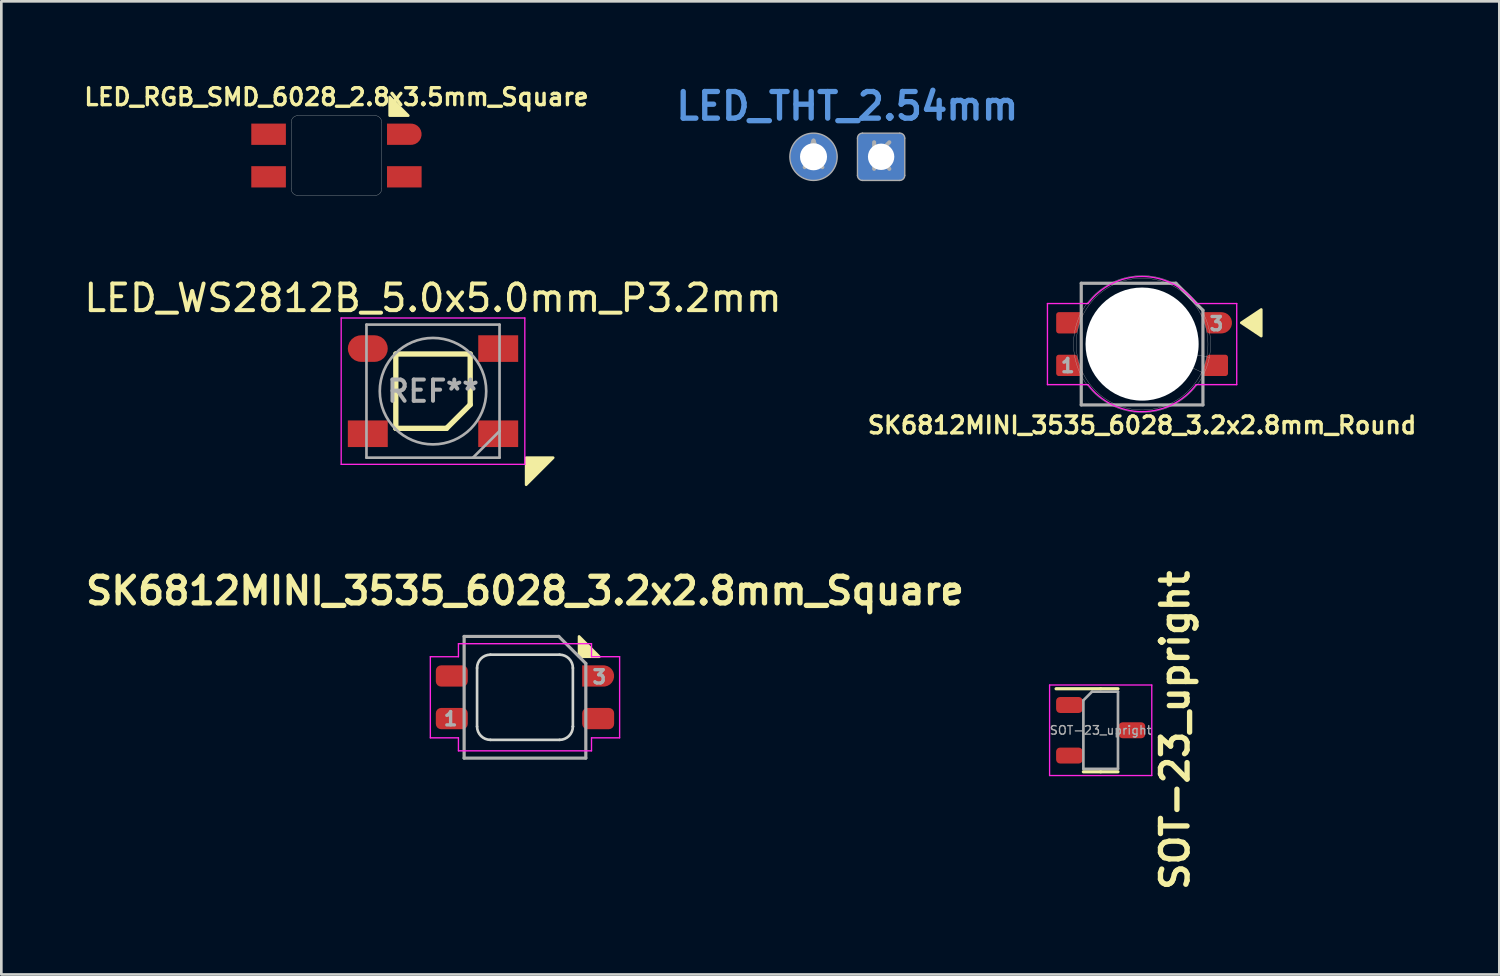
<source format=kicad_pcb>
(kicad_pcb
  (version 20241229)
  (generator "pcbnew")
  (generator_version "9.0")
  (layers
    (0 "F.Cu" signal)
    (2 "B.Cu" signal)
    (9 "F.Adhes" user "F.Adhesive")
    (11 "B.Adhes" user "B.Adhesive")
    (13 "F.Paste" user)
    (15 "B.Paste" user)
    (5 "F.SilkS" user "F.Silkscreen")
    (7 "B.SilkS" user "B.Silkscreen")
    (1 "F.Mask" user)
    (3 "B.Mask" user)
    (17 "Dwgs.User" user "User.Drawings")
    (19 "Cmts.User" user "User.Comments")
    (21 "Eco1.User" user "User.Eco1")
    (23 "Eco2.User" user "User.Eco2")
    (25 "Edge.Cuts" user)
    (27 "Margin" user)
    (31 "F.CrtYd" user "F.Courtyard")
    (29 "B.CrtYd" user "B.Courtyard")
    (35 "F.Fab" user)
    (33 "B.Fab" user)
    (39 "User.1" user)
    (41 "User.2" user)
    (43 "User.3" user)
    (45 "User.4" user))
  (footprint "LED_WS2812B_5.0x5.0mm_P3.2mm"
    (layer "F.Cu")
    (at 13.22 11.648)
    (property "Reference" "LED_WS2812B_5.0x5.0mm_P3.2mm" (at 0 -3.5 0) (layer "F.SilkS") (effects (font (size 1 1) (thickness 0.15))))
    (attr smd)
    (fp_line (start -1.397 -1.397) (end 1.397 -1.397) (stroke (width 0.2) (type solid)) (layer "F.SilkS"))
    (fp_line (start -1.397 1.397) (end -1.397 -1.397) (stroke (width 0.2) (type solid)) (layer "F.SilkS"))
    (fp_line (start 0.508 1.397) (end -1.397 1.397) (stroke (width 0.2) (type solid)) (layer "F.SilkS"))
    (fp_line (start 0.508 1.397) (end 1.397 0.508) (stroke (width 0.2) (type solid)) (layer "F.SilkS"))
    (fp_line (start 1.397 -1.397) (end 1.397 0.508) (stroke (width 0.2) (type solid)) (layer "F.SilkS"))
    (fp_poly (pts (xy 4.516 2.5) (xy 3.5 2.5) (xy 3.5 3.516)) (stroke (width 0.1) (type solid)) (fill yes) (layer "F.SilkS"))
    (fp_line (start -3.45 -2.75) (end -3.45 2.75) (stroke (width 0.05) (type solid)) (layer "F.CrtYd"))
    (fp_line (start -3.45 2.75) (end 3.45 2.75) (stroke (width 0.05) (type solid)) (layer "F.CrtYd"))
    (fp_line (start 3.45 -2.75) (end -3.45 -2.75) (stroke (width 0.05) (type solid)) (layer "F.CrtYd"))
    (fp_line (start 3.45 2.75) (end 3.45 -2.75) (stroke (width 0.05) (type solid)) (layer "F.CrtYd"))
    (fp_line (start -2.5 -2.5) (end -2.5 2.5) (stroke (width 0.1) (type solid)) (layer "F.Fab"))
    (fp_line (start -2.5 2.5) (end 2.5 2.5) (stroke (width 0.1) (type solid)) (layer "F.Fab"))
    (fp_line (start 2.5 -2.5) (end -2.5 -2.5) (stroke (width 0.1) (type solid)) (layer "F.Fab"))
    (fp_line (start 2.5 1.5) (end 1.5 2.5) (stroke (width 0.1) (type solid)) (layer "F.Fab"))
    (fp_line (start 2.5 2.5) (end 2.5 -2.5) (stroke (width 0.1) (type solid)) (layer "F.Fab"))
    (fp_circle (center 0 0) (end 0 -2) (stroke (width 0.1) (type solid)) (fill no) (layer "F.Fab"))
    (fp_text user "REF**" (at 0 0 0) (layer "F.Fab") (effects (font (size 0.8 0.8) (thickness 0.15))))
    (pad "1" smd roundrect (at -2.45 -1.6) (size 1.5 1) (layers "F.Cu" "F.Mask" "F.Paste") (roundrect_rratio 0.5))
    (pad "2" smd trapezoid (at -2.45 1.6) (size 1.5 1) (layers "F.Cu" "F.Mask" "F.Paste"))
    (pad "3" smd trapezoid (at 2.45 1.6) (size 1.5 1) (layers "F.Cu" "F.Mask" "F.Paste"))
    (pad "4" smd trapezoid (at 2.45 -1.6) (size 1.5 1) (layers "F.Cu" "F.Mask" "F.Paste")))
  (footprint "SK6812MINI_3535_6028_3.2x2.8mm_Square"
    (layer "F.Cu")
    (at 16.676 23.15)
    (property "Reference" "SK6812MINI_3535_6028_3.2x2.8mm_Square" (at 0 -4 0) (layer "F.SilkS") (effects (font (size 1 1) (thickness 0.2))))
    (attr smd)
    (fp_poly (pts (xy 2.794 -1.524) (xy 2.032 -1.524) (xy 2.032 -2.286)) (stroke (width 0.1) (type solid)) (fill yes) (layer "F.SilkS"))
    (fp_line (start -1.8 1.1) (end -1.8 -1.1) (stroke (width 0.1) (type solid)) (layer "Edge.Cuts"))
    (fp_line (start -1.3 1.6) (end 1.3 1.6) (stroke (width 0.1) (type solid)) (layer "Edge.Cuts"))
    (fp_line (start 1.3 -1.6) (end -1.3 -1.6) (stroke (width 0.1) (type solid)) (layer "Edge.Cuts"))
    (fp_line (start 1.8 -1.1) (end 1.8 1.1) (stroke (width 0.1) (type solid)) (layer "Edge.Cuts"))
    (fp_line (start 1.8 1.1) (end 1.8 1.1) (stroke (width 0.1) (type solid)) (layer "Edge.Cuts"))
    (fp_arc (start -1.8 -1.1) (mid -1.653553 -1.453553) (end -1.3 -1.6) (stroke (width 0.1) (type solid)) (layer "Edge.Cuts"))
    (fp_arc (start -1.3 1.6) (mid -1.653553 1.453553) (end -1.8 1.1) (stroke (width 0.1) (type solid)) (layer "Edge.Cuts"))
    (fp_arc (start 1.3 -1.6) (mid 1.653553 -1.453553) (end 1.8 -1.1) (stroke (width 0.1) (type solid)) (layer "Edge.Cuts"))
    (fp_arc (start 1.8 1.1) (mid 1.653553 1.453553) (end 1.3 1.6) (stroke (width 0.1) (type solid)) (layer "Edge.Cuts"))
    (fp_line (start -3.556 -1.524) (end -3.556 1.524) (stroke (width 0.051) (type solid)) (layer "F.CrtYd"))
    (fp_line (start -3.556 1.524) (end -2.5 1.524) (stroke (width 0.051) (type solid)) (layer "F.CrtYd"))
    (fp_line (start -2.5 -2.013) (end 2.5 -2.013) (stroke (width 0.051) (type solid)) (layer "F.CrtYd"))
    (fp_line (start -2.5 -1.523) (end -3.556 -1.524) (stroke (width 0.051) (type solid)) (layer "F.CrtYd"))
    (fp_line (start -2.5 -1.523) (end -2.5 -2.013) (stroke (width 0.051) (type solid)) (layer "F.CrtYd"))
    (fp_line (start -2.5 2.013) (end -2.5 1.524) (stroke (width 0.051) (type solid)) (layer "F.CrtYd"))
    (fp_line (start -2.5 2.013) (end 2.5 2.013) (stroke (width 0.051) (type solid)) (layer "F.CrtYd"))
    (fp_line (start 2.5 -1.524) (end 2.5 -2.013) (stroke (width 0.051) (type solid)) (layer "F.CrtYd"))
    (fp_line (start 2.5 1.524) (end 3.556 1.524) (stroke (width 0.051) (type solid)) (layer "F.CrtYd"))
    (fp_line (start 2.5 2.013) (end 2.5 1.524) (stroke (width 0.051) (type solid)) (layer "F.CrtYd"))
    (fp_line (start 3.556 -1.524) (end 2.5 -1.524) (stroke (width 0.051) (type solid)) (layer "F.CrtYd"))
    (fp_line (start 3.556 1.524) (end 3.556 -1.524) (stroke (width 0.051) (type solid)) (layer "F.CrtYd"))
    (fp_line (start -2.286 -2.286) (end 1.27 -2.286) (stroke (width 0.12) (type solid)) (layer "F.Fab"))
    (fp_line (start -2.286 2.286) (end -2.286 -2.286) (stroke (width 0.12) (type solid)) (layer "F.Fab"))
    (fp_line (start 1.27 -2.286) (end 2.286 -1.27) (stroke (width 0.12) (type solid)) (layer "F.Fab"))
    (fp_line (start 2.286 -1.27) (end 2.286 2.286) (stroke (width 0.12) (type solid)) (layer "F.Fab"))
    (fp_line (start 2.286 2.286) (end -2.286 2.286) (stroke (width 0.12) (type solid)) (layer "F.Fab"))
    (fp_text user "3" (at 2.794 -0.762 180) (layer "F.Fab") (effects (font (size 0.5 0.5) (thickness 0.125))))
    (fp_text user "1" (at -2.794 0.813 180) (layer "F.Fab") (effects (font (size 0.5 0.5) (thickness 0.125))))
    (pad "1" smd roundrect (at -2.75 0.8) (size 1.2 0.8) (layers "F.Cu" "F.Mask" "F.Paste") (roundrect_rratio 0.25))
    (pad "2" smd roundrect (at -2.75 -0.8) (size 1.2 0.8) (layers "F.Cu" "F.Mask" "F.Paste") (roundrect_rratio 0.25))
    (pad "3" smd custom (at 2.55 -0.8 180) (size 0.8 0.8) (layers "F.Cu" "F.Mask" "F.Paste") (options (anchor rect)) (primitives (gr_circle (center -0.4 0) (end -0.1 0) (width 0.2) (fill yes))))
    (pad "4" smd roundrect (at 2.75 0.8) (size 1.2 0.8) (layers "F.Cu" "F.Mask" "F.Paste") (roundrect_rratio 0.25)))
  (footprint "LED_THT_2.54mm"
    (layer "F.Cu")
    (at 28.788 2.841)
    (property "Reference" "LED_THT_2.54mm" (at 0 -1.905 0) (layer "Cmts.User") (effects (font (size 1 1) (thickness 0.2))))
    (attr through_hole)
    (fp_line (start 0.381 -0.699) (end 0.381 0.699) (stroke (width 0.051) (type solid)) (layer "F.Fab"))
    (fp_line (start 0.572 0.889) (end 1.968 0.889) (stroke (width 0.051) (type solid)) (layer "F.Fab"))
    (fp_line (start 1.968 -0.889) (end 0.572 -0.889) (stroke (width 0.051) (type solid)) (layer "F.Fab"))
    (fp_line (start 2.159 0.699) (end 2.159 -0.699) (stroke (width 0.051) (type solid)) (layer "F.Fab"))
    (fp_arc (start 0.381 -0.6985) (mid 0.436796 -0.833204) (end 0.5715 -0.889) (stroke (width 0.0508) (type solid)) (layer "F.Fab"))
    (fp_arc (start 0.5715 0.889) (mid 0.436796 0.833204) (end 0.381 0.6985) (stroke (width 0.0508) (type solid)) (layer "F.Fab"))
    (fp_arc (start 1.9685 -0.889) (mid 2.103204 -0.833204) (end 2.159 -0.6985) (stroke (width 0.0508) (type solid)) (layer "F.Fab"))
    (fp_arc (start 2.159 0.6985) (mid 2.103204 0.833204) (end 1.9685 0.889) (stroke (width 0.0508) (type solid)) (layer "F.Fab"))
    (fp_circle (center -1.27 0) (end -0.381 0) (stroke (width 0.051) (type solid)) (fill no) (layer "F.Fab"))
    (fp_text user "A" (at -1.27 -0.064 0) (layer "F.Fab") (effects (font (size 1 1) (thickness 0.15))))
    (fp_text user "K" (at 1.27 0 0) (layer "F.Fab") (effects (font (size 1 1) (thickness 0.15))))
    (pad "" connect circle (at -1.27 0) (size 0.889 0.889) (layers "B.Mask"))
    (pad "" connect circle (at 1.27 0) (size 0.889 0.889) (layers "B.Mask"))
    (pad "A" thru_hole circle (at -1.27 0) (size 1.778 1.778) (drill 1.016) (layers "*.Cu" "F.Mask"))
    (pad "K" thru_hole roundrect (at 1.27 0) (size 1.778 1.778) (drill 0.991) (layers "*.Cu" "F.Mask") (roundrect_rratio 0.1)))
  (footprint "SOT-23_upright"
    (layer "F.Cu")
    (at 38.308 24.39)
    (property "Reference" "SOT-23_upright" (at 2.794 0 270) (layer "F.SilkS") (effects (font (size 1 1) (thickness 0.2) (bold yes))))
    (attr smd)
    (fp_line (start 0 -1.56) (end -1.675 -1.56) (stroke (width 0.12) (type solid)) (layer "F.SilkS"))
    (fp_line (start 0 -1.56) (end 0.65 -1.56) (stroke (width 0.12) (type solid)) (layer "F.SilkS"))
    (fp_line (start 0 1.56) (end -0.65 1.56) (stroke (width 0.12) (type solid)) (layer "F.SilkS"))
    (fp_line (start 0 1.56) (end 0.65 1.56) (stroke (width 0.12) (type solid)) (layer "F.SilkS"))
    (fp_line (start -1.92 -1.7) (end -1.92 1.7) (stroke (width 0.05) (type solid)) (layer "F.CrtYd"))
    (fp_line (start -1.92 1.7) (end 1.92 1.7) (stroke (width 0.05) (type solid)) (layer "F.CrtYd"))
    (fp_line (start 1.92 -1.7) (end -1.92 -1.7) (stroke (width 0.05) (type solid)) (layer "F.CrtYd"))
    (fp_line (start 1.92 1.7) (end 1.92 -1.7) (stroke (width 0.05) (type solid)) (layer "F.CrtYd"))
    (fp_line (start -0.65 -1.125) (end -0.325 -1.45) (stroke (width 0.1) (type solid)) (layer "F.Fab"))
    (fp_line (start -0.65 1.45) (end -0.65 -1.125) (stroke (width 0.1) (type solid)) (layer "F.Fab"))
    (fp_line (start -0.325 -1.45) (end 0.65 -1.45) (stroke (width 0.1) (type solid)) (layer "F.Fab"))
    (fp_line (start 0.65 -1.45) (end 0.65 1.45) (stroke (width 0.1) (type solid)) (layer "F.Fab"))
    (fp_line (start 0.65 1.45) (end -0.65 1.45) (stroke (width 0.1) (type solid)) (layer "F.Fab"))
    (fp_text user "${REFERENCE}" (at 0 0 180) (layer "F.Fab") (effects (font (size 0.32 0.32) (thickness 0.05))))
    (pad "1" smd roundrect (at -1.175 -0.95) (size 1 0.6) (layers "F.Cu" "F.Mask" "F.Paste") (roundrect_rratio 0.25))
    (pad "2" smd roundrect (at -1.175 0.95) (size 1 0.6) (layers "F.Cu" "F.Mask" "F.Paste") (roundrect_rratio 0.25))
    (pad "3" smd roundrect (at 1.175 0) (size 1 0.6) (layers "F.Cu" "F.Mask" "F.Paste") (roundrect_rratio 0.25)))
  (footprint "SK6812MINI_3535_6028_3.2x2.8mm_Round"
    (layer "F.Cu")
    (at 39.864 9.879)
    (property "Reference" "SK6812MINI_3535_6028_3.2x2.8mm_Round" (at 0 3.048 180) (layer "F.SilkS") (effects (font (size 0.635 0.635) (thickness 0.127))))
    (attr smd)
    (fp_poly (pts (xy 4.478 -0.3) (xy 3.728 -0.8) (xy 4.478 -1.3)) (stroke (width 0.1) (type solid)) (fill yes) (layer "F.SilkS"))
    (fp_line (start 0 0) (end 2.328 1.1) (stroke (width 0.01) (type solid)) (layer "Dwgs.User"))
    (fp_line (start 2.528 0.5) (end 0 0) (stroke (width 0.01) (type solid)) (layer "Dwgs.User"))
    (fp_circle (center 0 0) (end 2.475 0) (stroke (width 0.01) (type solid)) (fill no) (layer "Dwgs.User"))
    (fp_circle (center 0 0) (end 2.575 0) (stroke (width 0.01) (type solid)) (fill no) (layer "Dwgs.User"))
    (fp_line (start -3.556 -1.524) (end -3.556 1.524) (stroke (width 0.051) (type solid)) (layer "F.CrtYd"))
    (fp_line (start -3.556 1.524) (end -2.032 1.524) (stroke (width 0.051) (type solid)) (layer "F.CrtYd"))
    (fp_line (start -2.032 -1.524) (end -3.556 -1.524) (stroke (width 0.051) (type solid)) (layer "F.CrtYd"))
    (fp_line (start 2.032 1.524) (end 3.556 1.524) (stroke (width 0.051) (type solid)) (layer "F.CrtYd"))
    (fp_line (start 3.556 -1.524) (end 2.032 -1.524) (stroke (width 0.051) (type solid)) (layer "F.CrtYd"))
    (fp_line (start 3.556 1.524) (end 3.556 -1.524) (stroke (width 0.051) (type solid)) (layer "F.CrtYd"))
    (fp_arc (start -2.033058 -1.522587) (mid -0.000883 -2.539999) (end 2.031999 -1.524) (stroke (width 0.0508) (type solid)) (layer "F.CrtYd"))
    (fp_arc (start 2.033058 1.522588) (mid 0.000882 2.54) (end -2.032 1.524) (stroke (width 0.0508) (type solid)) (layer "F.CrtYd"))
    (fp_line (start -2.286 -2.286) (end 1.27 -2.286) (stroke (width 0.12) (type solid)) (layer "F.Fab"))
    (fp_line (start -2.286 2.286) (end -2.286 -2.286) (stroke (width 0.12) (type solid)) (layer "F.Fab"))
    (fp_line (start 1.27 -2.286) (end 2.286 -1.27) (stroke (width 0.12) (type solid)) (layer "F.Fab"))
    (fp_line (start 2.286 -1.27) (end 2.286 2.286) (stroke (width 0.12) (type solid)) (layer "F.Fab"))
    (fp_line (start 2.286 2.286) (end -2.286 2.286) (stroke (width 0.12) (type solid)) (layer "F.Fab"))
    (fp_text user "3" (at 2.794 -0.762 180) (layer "F.Fab") (effects (font (size 0.5 0.5) (thickness 0.125))))
    (fp_text user "1" (at -2.794 0.813 180) (layer "F.Fab") (effects (font (size 0.5 0.5) (thickness 0.125))))
    (pad "" np_thru_hole circle (at 0 0 180) (size 4.25 4.25) (drill 4.25) (layers "*.Cu" "*.Mask"))
    (pad "1" smd custom (at -2.728 0.8) (size 0.6 0.6) (layers "F.Cu" "F.Mask" "F.Paste") (options (anchor rect)) (primitives (gr_arc (start 0.397978 0.300849) (mid 0.280483 0.006522) (end 0.2 -0.3) (width 0.2)) (gr_line (start -0.4 -0.3) (end 0.2 -0.3) (width 0.2)) (gr_line (start -0.4 0.3) (end -0.4 -0.3) (width 0.2)) (gr_line (start -0.4 0.3) (end 0.4 0.3) (width 0.2))))
    (pad "2" smd custom (at -2.728 -0.8 180) (size 0.6 0.6) (layers "F.Cu" "F.Mask" "F.Paste") (options (anchor rect)) (primitives (gr_arc (start -0.2 -0.3) (mid -0.280483 0.006522) (end -0.397978 0.300849) (width 0.2)) (gr_line (start -0.2 -0.3) (end 0.4 -0.3) (width 0.2)) (gr_line (start 0.4 -0.3) (end 0.4 0.3) (width 0.2)) (gr_line (start -0.4 0.3) (end 0.4 0.3) (width 0.2))))
    (pad "3" smd custom (at 2.728 -0.8 180) (size 0.6 0.6) (layers "F.Cu" "F.Mask" "F.Paste") (options (anchor rect)) (primitives (gr_arc (start 0.397978 0.300849) (mid 0.280483 0.006522) (end 0.2 -0.3) (width 0.2)) (gr_line (start -0.25 -0.3) (end 0.2 -0.3) (width 0.2)) (gr_line (start -0.25 0.3) (end -0.25 -0.3) (width 0.2)) (gr_line (start -0.25 0.3) (end 0.4 0.3) (width 0.2)) (gr_circle (center -0.25 0) (end 0.05 0) (width 0.2) (fill yes))))
    (pad "4" smd custom (at 2.728 0.8) (size 0.6 0.6) (layers "F.Cu" "F.Mask" "F.Paste") (options (anchor rect)) (primitives (gr_arc (start -0.2 -0.3) (mid -0.280483 0.006522) (end -0.397978 0.300849) (width 0.2)) (gr_line (start -0.2 -0.3) (end 0.4 -0.3) (width 0.2)) (gr_line (start 0.4 -0.3) (end 0.4 0.3) (width 0.2)) (gr_line (start -0.4 0.3) (end 0.4 0.3) (width 0.2)))))
  (footprint "LED_RGB_SMD_6028_2.8x3.5mm_Square"
    (layer "F.Cu")
    (at 9.592 2.794)
    (property "Reference" "LED_RGB_SMD_6028_2.8x3.5mm_Square" (at 0 -2.2 0) (layer "F.SilkS") (effects (font (size 0.635 0.635) (thickness 0.127))))
    (attr smd)
    (fp_poly (pts (xy 2.7 -1.5) (xy 2 -1.5) (xy 2 -2.2)) (stroke (width 0.1) (type solid)) (fill yes) (layer "F.SilkS"))
    (fp_line (start -1.7 1.25) (end -1.7 -1.25) (stroke (width 0.01) (type solid)) (layer "Edge.Cuts"))
    (fp_line (start -1.45 1.5) (end 1.45 1.5) (stroke (width 0.01) (type solid)) (layer "Edge.Cuts"))
    (fp_line (start -1.45 -1.5) (end 1.45 -1.5) (stroke (width 0.01) (type solid)) (layer "Edge.Cuts"))
    (fp_line (start 1.7 1.25) (end 1.7 -1.25) (stroke (width 0.01) (type solid)) (layer "Edge.Cuts"))
    (fp_arc (start -1.700001 -1.250001) (mid -1.626777 -1.426777) (end -1.45 -1.5) (stroke (width 0.01) (type solid)) (layer "Edge.Cuts"))
    (fp_arc (start -1.450002 1.5) (mid -1.626778 1.426776) (end -1.700001 1.249999) (stroke (width 0.01) (type solid)) (layer "Edge.Cuts"))
    (fp_arc (start 1.450001 -1.5) (mid 1.626777 -1.426776) (end 1.7 -1.249999) (stroke (width 0.01) (type solid)) (layer "Edge.Cuts"))
    (fp_arc (start 1.7 1.250001) (mid 1.626776 1.426777) (end 1.449999 1.5) (stroke (width 0.01) (type solid)) (layer "Edge.Cuts"))
    (pad "1" smd trapezoid (at -2.55 0.8) (size 1.3 0.8) (layers "F.Cu" "F.Mask" "F.Paste"))
    (pad "2" smd trapezoid (at -2.55 -0.8) (size 1.3 0.8) (layers "F.Cu" "F.Mask" "F.Paste"))
    (pad "3" smd trapezoid (at 2.55 0.8) (size 1.3 0.8) (layers "F.Cu" "F.Mask" "F.Paste"))
    (pad "4" smd custom (at 2.8 -0.8) (size 0.8 0.8) (layers "F.Cu" "F.Mask" "F.Paste") (options (anchor circle)) (primitives (gr_poly (pts (xy 0 0.4) (xy -0.9 0.4) (xy -0.9 -0.4) (xy 0 -0.4)) (width 0) (fill yes)))))
  (gr_rect
    (start -3 -3)
    (end 53.287 33.566)
    (stroke (width 0.1) (type default))
    (fill no)
    (layer "Edge.Cuts")))
</source>
